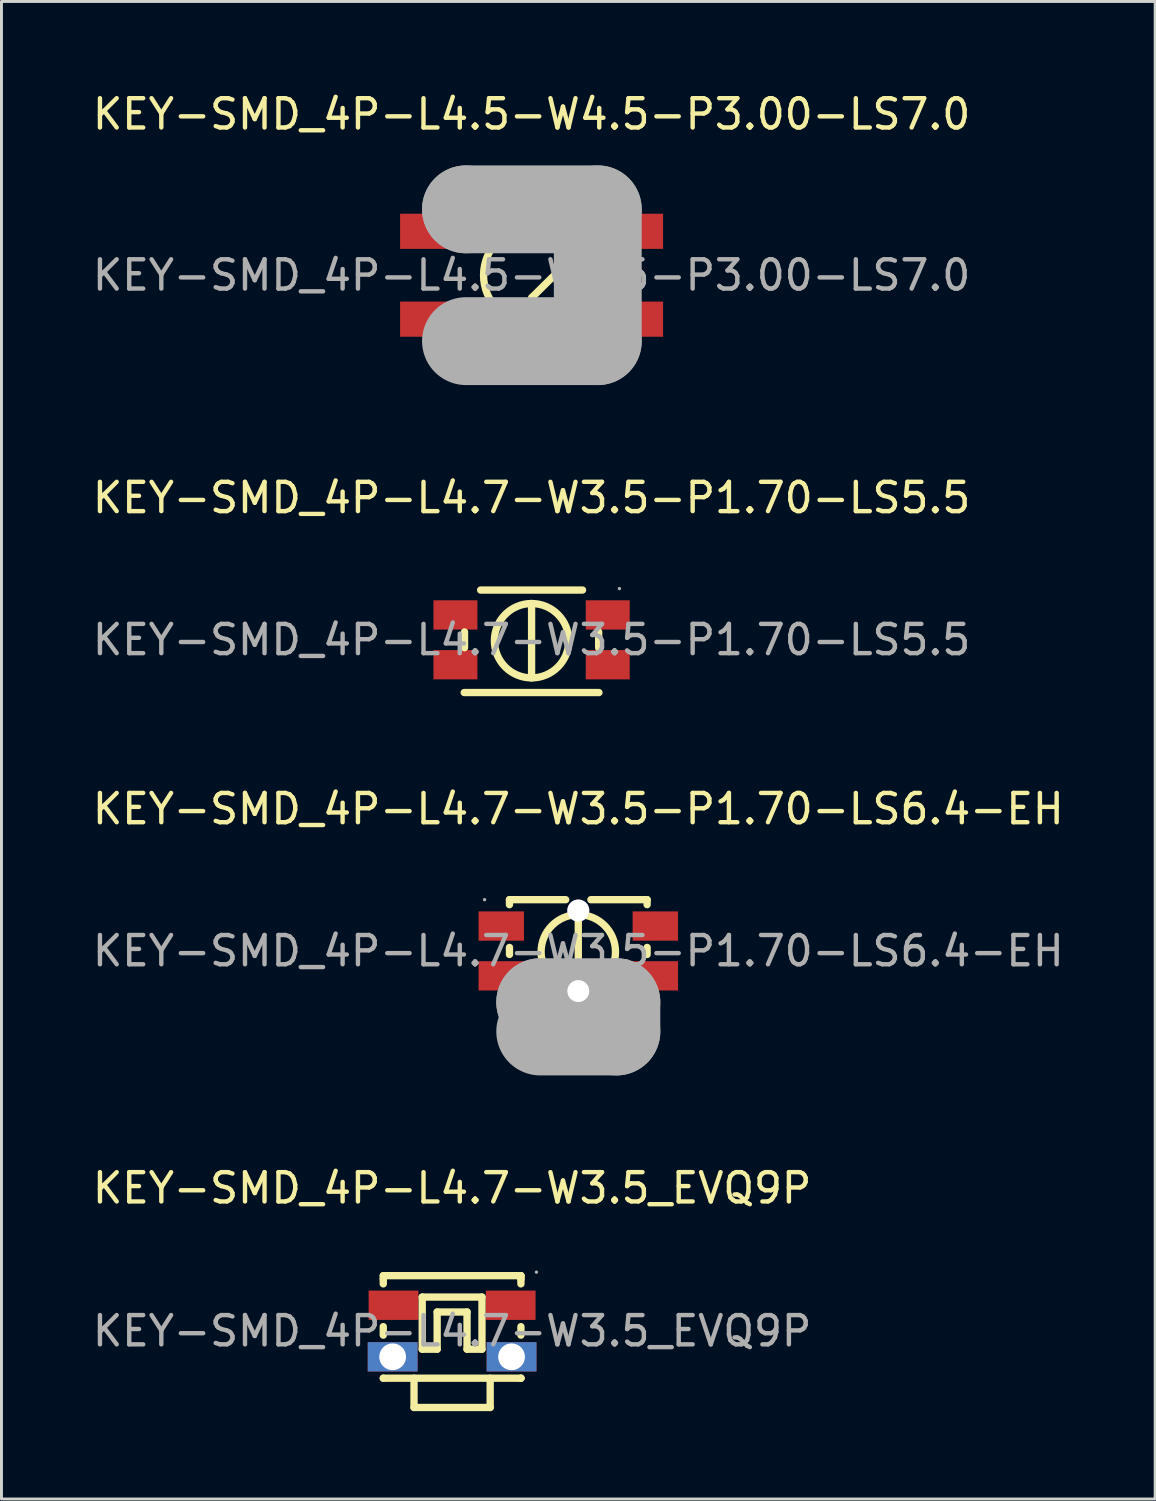
<source format=kicad_pcb>
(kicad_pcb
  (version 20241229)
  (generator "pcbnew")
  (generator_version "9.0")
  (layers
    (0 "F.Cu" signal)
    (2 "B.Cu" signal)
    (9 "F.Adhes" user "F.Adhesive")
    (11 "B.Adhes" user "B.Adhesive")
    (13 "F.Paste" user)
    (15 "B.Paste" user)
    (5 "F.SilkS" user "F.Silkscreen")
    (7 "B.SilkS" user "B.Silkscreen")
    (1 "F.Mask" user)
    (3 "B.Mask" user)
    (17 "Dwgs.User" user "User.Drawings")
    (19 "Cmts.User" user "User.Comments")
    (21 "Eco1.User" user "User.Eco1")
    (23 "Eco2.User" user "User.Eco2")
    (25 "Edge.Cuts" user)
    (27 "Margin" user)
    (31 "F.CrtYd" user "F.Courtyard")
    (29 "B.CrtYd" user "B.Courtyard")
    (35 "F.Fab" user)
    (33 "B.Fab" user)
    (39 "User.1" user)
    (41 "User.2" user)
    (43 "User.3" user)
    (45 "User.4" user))
  (footprint "KEY-SMD_4P-L4.5-W4.5-P3.00-LS7.0"
    (layer "F.Cu")
    (at 15.101 6.348)
    (property "Reference" "KEY-SMD_4P-L4.5-W4.5-P3.00-LS7.0" (at 0 -5.5 0) (layer "F.SilkS") (effects (font (size 1 1) (thickness 0.15))))
    (attr through_hole)
    (fp_line (start 0.01 -2.03) (end 0.01 -1.02) (stroke (width 0.25) (type solid)) (layer "F.SilkS"))
    (fp_line (start 0.01 0.76) (end 1.03 -0.25) (stroke (width 0.25) (type solid)) (layer "F.SilkS"))
    (fp_line (start 0.01 2.03) (end 0.01 0.76) (stroke (width 0.25) (type solid)) (layer "F.SilkS"))
    (fp_circle (center 0.01 0) (end 1.66 0) (stroke (width 0.25) (type solid)) (fill no) (layer "F.SilkS"))
    (fp_line (start -2.24 -2.25) (end -2.24 -2.25) (stroke (width 3) (type solid)) (layer "F.Fab"))
    (fp_line (start -2.24 -2.25) (end 2.26 -2.25) (stroke (width 3) (type solid)) (layer "F.Fab"))
    (fp_line (start 2.26 -2.25) (end 2.26 2.25) (stroke (width 3) (type solid)) (layer "F.Fab"))
    (fp_line (start 2.26 2.25) (end -2.24 2.25) (stroke (width 3) (type solid)) (layer "F.Fab"))
    (fp_circle (center -3.49 2.25) (end -3.46 2.25) (stroke (width 0.06) (type solid)) (fill no) (layer "F.Fab"))
    (fp_text user "${REFERENCE}" (at 0 0 0) (layer "F.Fab") (effects (font (size 1 1) (thickness 0.15))))
    (pad "1" smd rect (at -3.54 1.5) (size 1.9 1.2) (layers "F.Cu" "F.Mask" "F.Paste"))
    (pad "2" smd rect (at 3.54 1.5) (size 1.9 1.2) (layers "F.Cu" "F.Mask" "F.Paste"))
    (pad "3" smd rect (at 3.54 -1.5) (size 1.9 1.2) (layers "F.Cu" "F.Mask" "F.Paste"))
    (pad "4" smd rect (at -3.54 -1.5) (size 1.9 1.2) (layers "F.Cu" "F.Mask" "F.Paste")))
  (footprint "KEY-SMD_4P-L4.7-W3.5-P1.70-LS6.4-EH"
    (layer "F.Cu")
    (at 16.696 29.42)
    (property "Reference" "KEY-SMD_4P-L4.7-W3.5-P1.70-LS6.4-EH" (at 0 -4.85 0) (layer "F.SilkS") (effects (font (size 1 1) (thickness 0.15))))
    (attr through_hole)
    (fp_line (start -2.35 -1.75) (end -0.43 -1.75) (stroke (width 0.25) (type solid)) (layer "F.SilkS"))
    (fp_line (start -2.35 -1.58) (end -2.35 -1.75) (stroke (width 0.25) (type solid)) (layer "F.SilkS"))
    (fp_line (start -2.35 -0.12) (end -2.35 0.12) (stroke (width 0.25) (type solid)) (layer "F.SilkS"))
    (fp_line (start -2.35 1.75) (end -2.35 1.58) (stroke (width 0.25) (type solid)) (layer "F.SilkS"))
    (fp_line (start -0.43 1.75) (end -2.35 1.75) (stroke (width 0.25) (type solid)) (layer "F.SilkS"))
    (fp_line (start 0 -1.24) (end 0 1.3) (stroke (width 0.25) (type solid)) (layer "F.SilkS"))
    (fp_line (start 0.43 -1.75) (end 2.35 -1.75) (stroke (width 0.25) (type solid)) (layer "F.SilkS"))
    (fp_line (start 2.35 -1.75) (end 2.35 -1.58) (stroke (width 0.25) (type solid)) (layer "F.SilkS"))
    (fp_line (start 2.35 -0.12) (end 2.35 0.12) (stroke (width 0.25) (type solid)) (layer "F.SilkS"))
    (fp_line (start 2.35 1.58) (end 2.35 1.75) (stroke (width 0.25) (type solid)) (layer "F.SilkS"))
    (fp_line (start 2.35 1.75) (end 0.43 1.75) (stroke (width 0.25) (type solid)) (layer "F.SilkS"))
    (fp_circle (center 0 0.03) (end 1.27 0.03) (stroke (width 0.25) (type solid)) (fill no) (layer "F.SilkS"))
    (fp_circle (center 0 -1.38) (end 0.15 -1.38) (stroke (width 0.3) (type solid)) (fill no) (layer "Cmts.User"))
    (fp_circle (center 0 1.37) (end 0.15 1.37) (stroke (width 0.3) (type solid)) (fill no) (layer "Cmts.User"))
    (fp_line (start -1.3 1.75) (end -1.3 1.75) (stroke (width 3) (type solid)) (layer "F.Fab"))
    (fp_line (start -1.3 1.75) (end 1.3 1.75) (stroke (width 3) (type solid)) (layer "F.Fab"))
    (fp_line (start 1.3 1.75) (end 1.3 2.75) (stroke (width 3) (type solid)) (layer "F.Fab"))
    (fp_line (start 1.3 2.75) (end -1.3 2.75) (stroke (width 3) (type solid)) (layer "F.Fab"))
    (fp_circle (center -3.2 -1.75) (end -3.17 -1.75) (stroke (width 0.06) (type solid)) (fill no) (layer "F.Fab"))
    (fp_text user "${REFERENCE}" (at 0 0 0) (layer "F.Fab") (effects (font (size 1 1) (thickness 0.15))))
    (pad "" thru_hole circle (at 0 -1.38) (size 0.75 0.75) (drill 0.75) (layers "*.Cu" "*.Mask"))
    (pad "" thru_hole circle (at 0 1.37) (size 0.75 0.75) (drill 0.75) (layers "*.Cu" "*.Mask"))
    (pad "1" smd rect (at -2.63 -0.85) (size 1.55 1) (layers "F.Cu" "F.Mask" "F.Paste"))
    (pad "2" smd rect (at -2.63 0.85) (size 1.55 1) (layers "F.Cu" "F.Mask" "F.Paste"))
    (pad "3" smd rect (at 2.63 -0.85) (size 1.55 1) (layers "F.Cu" "F.Mask" "F.Paste"))
    (pad "4" smd rect (at 2.63 0.85) (size 1.55 1) (layers "F.Cu" "F.Mask" "F.Paste")))
  (footprint "KEY-SMD_4P-L4.7-W3.5_EVQ9P"
    (layer "F.Cu")
    (at 12.387 42.398)
    (property "Reference" "KEY-SMD_4P-L4.7-W3.5_EVQ9P" (at 0 -4.88 0) (layer "F.SilkS") (effects (font (size 1 1) (thickness 0.15))))
    (attr through_hole)
    (fp_line (start -2.35 -1.89) (end -2.35 -1.77) (stroke (width 0.25) (type solid)) (layer "F.SilkS"))
    (fp_line (start -2.35 -1.89) (end 2.35 -1.89) (stroke (width 0.25) (type solid)) (layer "F.SilkS"))
    (fp_line (start -2.35 -1.77) (end -2.35 -1.61) (stroke (width 0.25) (type solid)) (layer "F.SilkS"))
    (fp_line (start -2.35 -0.15) (end -2.35 0.14) (stroke (width 0.25) (type solid)) (layer "F.SilkS"))
    (fp_line (start -2.35 1.61) (end -2.35 1.61) (stroke (width 0.25) (type solid)) (layer "F.SilkS"))
    (fp_line (start -1.3 1.61) (end -1.3 2.61) (stroke (width 0.25) (type solid)) (layer "F.SilkS"))
    (fp_line (start -1.3 2.61) (end 1.3 2.61) (stroke (width 0.25) (type solid)) (layer "F.SilkS"))
    (fp_line (start -1.02 -1.16) (end 1.02 -1.16) (stroke (width 0.25) (type solid)) (layer "F.SilkS"))
    (fp_line (start -1.02 0.62) (end -1.02 -1.16) (stroke (width 0.25) (type solid)) (layer "F.SilkS"))
    (fp_line (start -0.51 -0.65) (end -0.51 0.62) (stroke (width 0.25) (type solid)) (layer "F.SilkS"))
    (fp_line (start -0.51 0.62) (end -1.02 0.62) (stroke (width 0.25) (type solid)) (layer "F.SilkS"))
    (fp_line (start 0.51 -0.65) (end -0.51 -0.65) (stroke (width 0.25) (type solid)) (layer "F.SilkS"))
    (fp_line (start 0.51 0.62) (end 0.51 -0.65) (stroke (width 0.25) (type solid)) (layer "F.SilkS"))
    (fp_line (start 1.02 -1.16) (end 1.02 0.62) (stroke (width 0.25) (type solid)) (layer "F.SilkS"))
    (fp_line (start 1.02 0.62) (end 0.51 0.62) (stroke (width 0.25) (type solid)) (layer "F.SilkS"))
    (fp_line (start 1.3 1.61) (end 1.3 2.61) (stroke (width 0.25) (type solid)) (layer "F.SilkS"))
    (fp_line (start 2.35 -1.89) (end 2.35 -1.77) (stroke (width 0.25) (type solid)) (layer "F.SilkS"))
    (fp_line (start 2.35 -1.89) (end 2.35 -1.61) (stroke (width 0.25) (type solid)) (layer "F.SilkS"))
    (fp_line (start 2.35 -0.15) (end 2.35 0.14) (stroke (width 0.25) (type solid)) (layer "F.SilkS"))
    (fp_line (start 2.35 1.61) (end -2.35 1.61) (stroke (width 0.25) (type solid)) (layer "F.SilkS"))
    (fp_line (start 2.35 1.61) (end 2.35 1.61) (stroke (width 0.25) (type solid)) (layer "F.SilkS"))
    (fp_line (start 2.35 1.61) (end 2.35 1.61) (stroke (width 0.25) (type solid)) (layer "F.SilkS"))
    (fp_circle (center -2.03 0.88) (end -1.85 0.88) (stroke (width 0.36) (type solid)) (fill no) (layer "F.Fab"))
    (fp_circle (center 2.03 0.88) (end 2.21 0.88) (stroke (width 0.36) (type solid)) (fill no) (layer "F.Fab"))
    (fp_circle (center 2.88 -2.01) (end 2.91 -2.01) (stroke (width 0.06) (type solid)) (fill no) (layer "F.Fab"))
    (fp_text user "${REFERENCE}" (at 0 0 0) (layer "F.Fab") (effects (font (size 1 1) (thickness 0.15))))
    (pad "1" smd rect (at 2 -0.88) (size 1.7 1) (layers "F.Cu" "F.Mask" "F.Paste"))
    (pad "2" thru_hole rect (at 2.03 0.88) (size 1.7 1) (drill 0.914) (layers "*.Cu" "*.Paste" "*.Mask"))
    (pad "3" smd rect (at -2 -0.88) (size 1.7 1) (layers "F.Cu" "F.Mask" "F.Paste"))
    (pad "4" thru_hole rect (at -2.03 0.88) (size 1.7 1) (drill 0.914) (layers "*.Cu" "*.Paste" "*.Mask")))
  (footprint "KEY-SMD_4P-L4.7-W3.5-P1.70-LS5.5"
    (layer "F.Cu")
    (at 15.101 18.797)
    (property "Reference" "KEY-SMD_4P-L4.7-W3.5-P1.70-LS5.5" (at 0 -4.85 0) (layer "F.SilkS") (effects (font (size 1 1) (thickness 0.15))))
    (attr through_hole)
    (fp_line (start -2.3 1.8) (end 2.3 1.8) (stroke (width 0.25) (type solid)) (layer "F.SilkS"))
    (fp_line (start -2.29 -0.27) (end -2.29 0.27) (stroke (width 0.25) (type solid)) (layer "F.SilkS"))
    (fp_line (start -1.74 -1.7) (end 1.74 -1.7) (stroke (width 0.25) (type solid)) (layer "F.SilkS"))
    (fp_line (start 0 -1.24) (end 0 1.3) (stroke (width 0.25) (type solid)) (layer "F.SilkS"))
    (fp_line (start 2.29 -0.27) (end 2.29 0.27) (stroke (width 0.25) (type solid)) (layer "F.SilkS"))
    (fp_circle (center 0 0.03) (end 1.27 0.03) (stroke (width 0.25) (type solid)) (fill no) (layer "F.SilkS"))
    (fp_circle (center 3 -1.75) (end 3.03 -1.75) (stroke (width 0.06) (type solid)) (fill no) (layer "F.Fab"))
    (fp_text user "${REFERENCE}" (at 0 0 0) (layer "F.Fab") (effects (font (size 1 1) (thickness 0.15))))
    (pad "1" smd rect (at 2.6 -0.85) (size 1.5 1) (layers "F.Cu" "F.Mask" "F.Paste"))
    (pad "2" smd rect (at 2.6 0.85) (size 1.5 1) (layers "F.Cu" "F.Mask" "F.Paste"))
    (pad "3" smd rect (at -2.6 -0.85) (size 1.5 1) (layers "F.Cu" "F.Mask" "F.Paste"))
    (pad "4" smd rect (at -2.6 0.85) (size 1.5 1) (layers "F.Cu" "F.Mask" "F.Paste")))
  (gr_rect
    (start -3 -3)
    (end 36.393 48.133)
    (stroke (width 0.1) (type default))
    (fill no)
    (layer "Edge.Cuts")))
</source>
